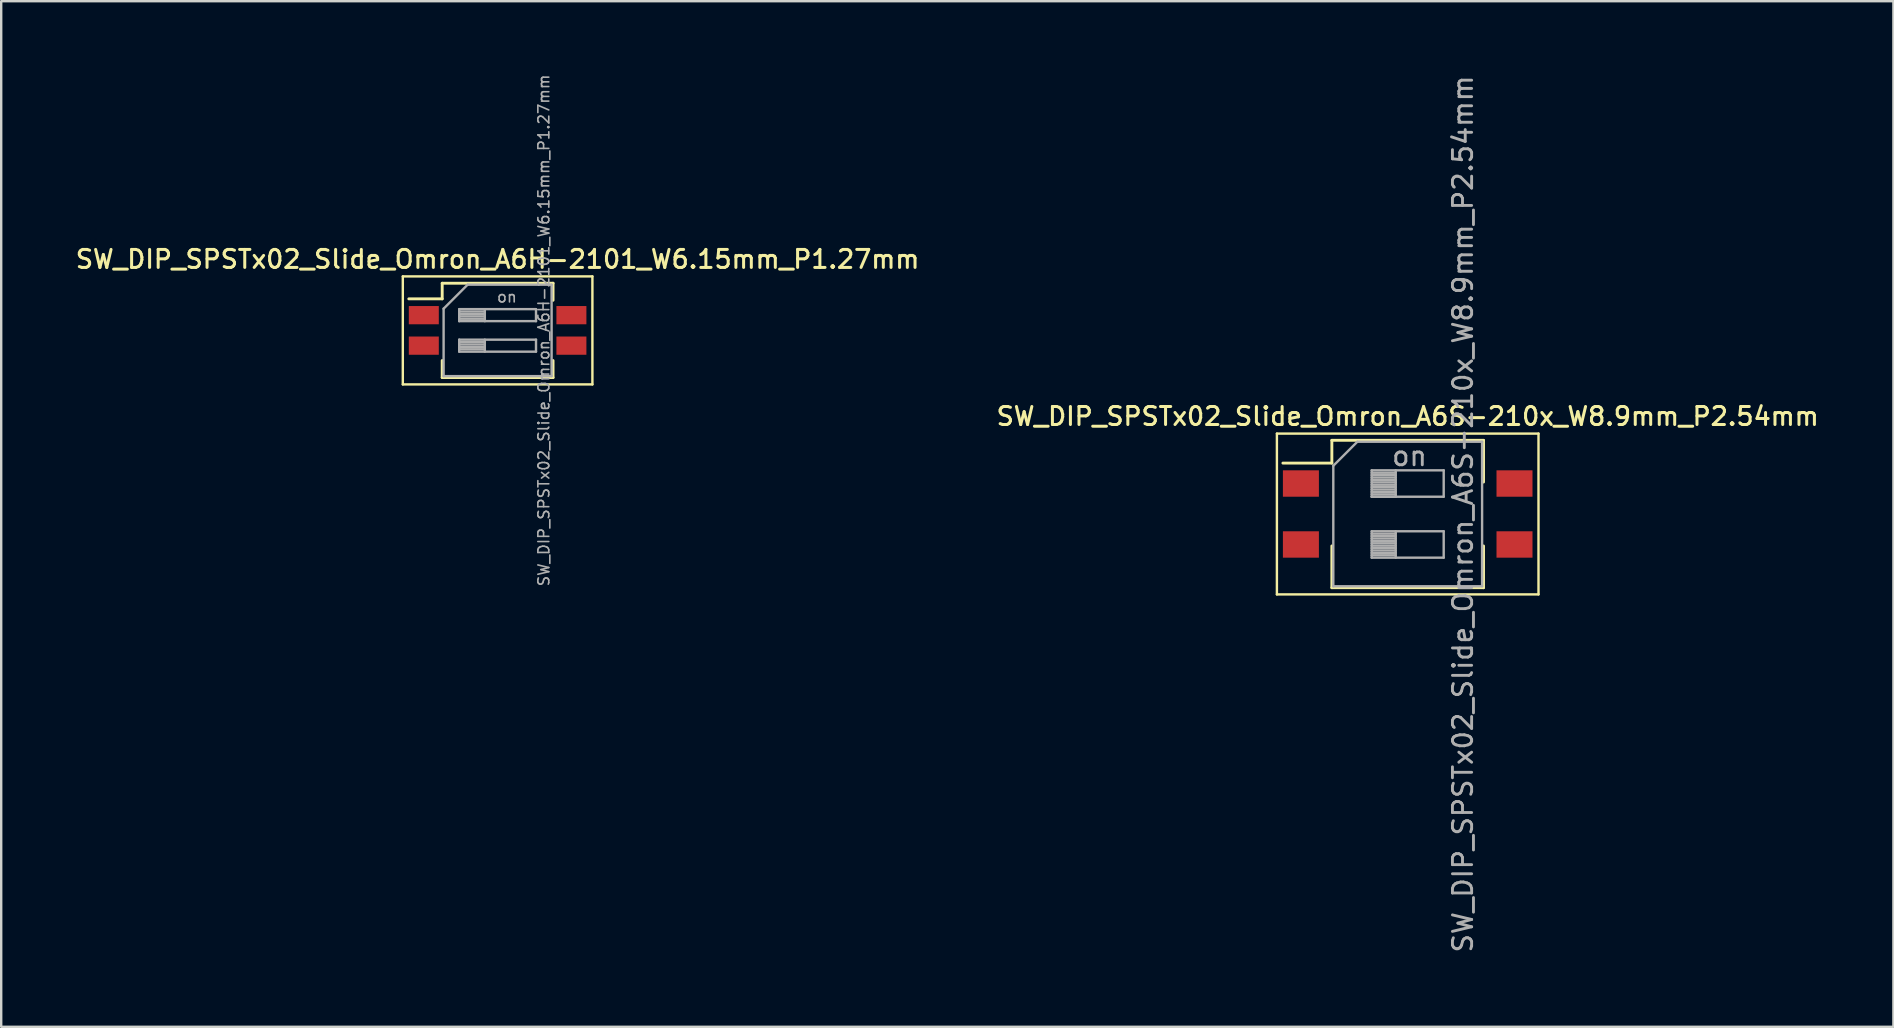
<source format=kicad_pcb>
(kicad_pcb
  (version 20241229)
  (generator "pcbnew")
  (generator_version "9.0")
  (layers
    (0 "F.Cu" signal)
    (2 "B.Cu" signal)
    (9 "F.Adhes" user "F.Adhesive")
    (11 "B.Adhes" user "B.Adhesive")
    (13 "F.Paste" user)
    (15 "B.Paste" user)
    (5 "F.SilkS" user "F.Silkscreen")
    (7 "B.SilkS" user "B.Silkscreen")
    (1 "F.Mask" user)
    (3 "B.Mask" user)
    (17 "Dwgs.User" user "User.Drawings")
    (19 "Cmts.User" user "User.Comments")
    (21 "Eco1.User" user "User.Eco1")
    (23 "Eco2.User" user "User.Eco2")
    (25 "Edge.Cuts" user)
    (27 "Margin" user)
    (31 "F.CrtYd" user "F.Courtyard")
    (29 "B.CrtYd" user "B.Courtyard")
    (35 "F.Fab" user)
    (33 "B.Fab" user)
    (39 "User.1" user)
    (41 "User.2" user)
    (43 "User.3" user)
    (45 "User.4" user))
  (footprint "SW_DIP_SPSTx02_Slide_Omron_A6S-210x_W8.9mm_P2.54mm"
    (layer "F.Cu")
    (at 55.605 18.367)
    (property "Reference" "SW_DIP_SPSTx02_Slide_Omron_A6S-210x_W8.9mm_P2.54mm" (at 0 -4.07 0) (layer "F.SilkS") (effects (font (size 0.75 0.75) (thickness 0.125))))
    (attr smd)
    (fp_line (start -5.45 -3.35) (end -5.45 3.35) (stroke (width 0.1) (type solid)) (layer "F.SilkS"))
    (fp_line (start -5.45 3.35) (end 5.45 3.35) (stroke (width 0.1) (type solid)) (layer "F.SilkS"))
    (fp_line (start -5.2 -2.121) (end -3.16 -2.121) (stroke (width 0.12) (type solid)) (layer "F.SilkS"))
    (fp_line (start -3.16 -3.07) (end -3.16 -2.121) (stroke (width 0.12) (type solid)) (layer "F.SilkS"))
    (fp_line (start -3.16 -3.07) (end 3.16 -3.07) (stroke (width 0.12) (type solid)) (layer "F.SilkS"))
    (fp_line (start -3.16 1.331) (end -3.16 3.071) (stroke (width 0.12) (type solid)) (layer "F.SilkS"))
    (fp_line (start -3.16 3.071) (end 3.16 3.071) (stroke (width 0.12) (type solid)) (layer "F.SilkS"))
    (fp_line (start 3.16 -3.07) (end 3.16 -1.331) (stroke (width 0.12) (type solid)) (layer "F.SilkS"))
    (fp_line (start 3.16 1.331) (end 3.16 3.071) (stroke (width 0.12) (type solid)) (layer "F.SilkS"))
    (fp_line (start 5.45 -3.35) (end -5.45 -3.35) (stroke (width 0.1) (type solid)) (layer "F.SilkS"))
    (fp_line (start 5.45 3.35) (end 5.45 -3.35) (stroke (width 0.1) (type solid)) (layer "F.SilkS"))
    (fp_line (start -3.1 -2.01) (end -2.1 -3.01) (stroke (width 0.1) (type solid)) (layer "F.Fab"))
    (fp_line (start -3.1 3.01) (end -3.1 -2.01) (stroke (width 0.1) (type solid)) (layer "F.Fab"))
    (fp_line (start -2.1 -3.01) (end 3.1 -3.01) (stroke (width 0.1) (type solid)) (layer "F.Fab"))
    (fp_line (start -1.5 -1.82) (end -1.5 -0.72) (stroke (width 0.1) (type solid)) (layer "F.Fab"))
    (fp_line (start -1.5 -1.72) (end -0.5 -1.72) (stroke (width 0.1) (type solid)) (layer "F.Fab"))
    (fp_line (start -1.5 -1.62) (end -0.5 -1.62) (stroke (width 0.1) (type solid)) (layer "F.Fab"))
    (fp_line (start -1.5 -1.52) (end -0.5 -1.52) (stroke (width 0.1) (type solid)) (layer "F.Fab"))
    (fp_line (start -1.5 -1.42) (end -0.5 -1.42) (stroke (width 0.1) (type solid)) (layer "F.Fab"))
    (fp_line (start -1.5 -1.32) (end -0.5 -1.32) (stroke (width 0.1) (type solid)) (layer "F.Fab"))
    (fp_line (start -1.5 -1.22) (end -0.5 -1.22) (stroke (width 0.1) (type solid)) (layer "F.Fab"))
    (fp_line (start -1.5 -1.12) (end -0.5 -1.12) (stroke (width 0.1) (type solid)) (layer "F.Fab"))
    (fp_line (start -1.5 -1.02) (end -0.5 -1.02) (stroke (width 0.1) (type solid)) (layer "F.Fab"))
    (fp_line (start -1.5 -0.92) (end -0.5 -0.92) (stroke (width 0.1) (type solid)) (layer "F.Fab"))
    (fp_line (start -1.5 -0.82) (end -0.5 -0.82) (stroke (width 0.1) (type solid)) (layer "F.Fab"))
    (fp_line (start -1.5 -0.72) (end -0.5 -0.72) (stroke (width 0.1) (type solid)) (layer "F.Fab"))
    (fp_line (start -1.5 -0.72) (end 1.5 -0.72) (stroke (width 0.1) (type solid)) (layer "F.Fab"))
    (fp_line (start -1.5 0.72) (end -1.5 1.82) (stroke (width 0.1) (type solid)) (layer "F.Fab"))
    (fp_line (start -1.5 0.82) (end -0.5 0.82) (stroke (width 0.1) (type solid)) (layer "F.Fab"))
    (fp_line (start -1.5 0.92) (end -0.5 0.92) (stroke (width 0.1) (type solid)) (layer "F.Fab"))
    (fp_line (start -1.5 1.02) (end -0.5 1.02) (stroke (width 0.1) (type solid)) (layer "F.Fab"))
    (fp_line (start -1.5 1.12) (end -0.5 1.12) (stroke (width 0.1) (type solid)) (layer "F.Fab"))
    (fp_line (start -1.5 1.22) (end -0.5 1.22) (stroke (width 0.1) (type solid)) (layer "F.Fab"))
    (fp_line (start -1.5 1.32) (end -0.5 1.32) (stroke (width 0.1) (type solid)) (layer "F.Fab"))
    (fp_line (start -1.5 1.42) (end -0.5 1.42) (stroke (width 0.1) (type solid)) (layer "F.Fab"))
    (fp_line (start -1.5 1.52) (end -0.5 1.52) (stroke (width 0.1) (type solid)) (layer "F.Fab"))
    (fp_line (start -1.5 1.62) (end -0.5 1.62) (stroke (width 0.1) (type solid)) (layer "F.Fab"))
    (fp_line (start -1.5 1.72) (end -0.5 1.72) (stroke (width 0.1) (type solid)) (layer "F.Fab"))
    (fp_line (start -1.5 1.82) (end 1.5 1.82) (stroke (width 0.1) (type solid)) (layer "F.Fab"))
    (fp_line (start -0.5 -1.82) (end -0.5 -0.72) (stroke (width 0.1) (type solid)) (layer "F.Fab"))
    (fp_line (start -0.5 0.72) (end -0.5 1.82) (stroke (width 0.1) (type solid)) (layer "F.Fab"))
    (fp_line (start 1.5 -1.82) (end -1.5 -1.82) (stroke (width 0.1) (type solid)) (layer "F.Fab"))
    (fp_line (start 1.5 -0.72) (end 1.5 -1.82) (stroke (width 0.1) (type solid)) (layer "F.Fab"))
    (fp_line (start 1.5 0.72) (end -1.5 0.72) (stroke (width 0.1) (type solid)) (layer "F.Fab"))
    (fp_line (start 1.5 1.82) (end 1.5 0.72) (stroke (width 0.1) (type solid)) (layer "F.Fab"))
    (fp_line (start 3.1 -3.01) (end 3.1 3.01) (stroke (width 0.1) (type solid)) (layer "F.Fab"))
    (fp_line (start 3.1 3.01) (end -3.1 3.01) (stroke (width 0.1) (type solid)) (layer "F.Fab"))
    (fp_text user "on" (at 0.075 -2.415 0) (layer "F.Fab") (effects (font (size 0.8 0.8) (thickness 0.12))))
    (fp_text user "${REFERENCE}" (at 2.3 0 90) (layer "F.Fab") (effects (font (size 0.8 0.8) (thickness 0.12))))
    (pad "1" smd rect (at -4.45 -1.27) (size 1.5 1.1) (layers "F.Cu" "F.Mask" "F.Paste"))
    (pad "2" smd rect (at -4.45 1.27) (size 1.5 1.1) (layers "F.Cu" "F.Mask" "F.Paste"))
    (pad "3" smd rect (at 4.45 1.27) (size 1.5 1.1) (layers "F.Cu" "F.Mask" "F.Paste"))
    (pad "4" smd rect (at 4.45 -1.27) (size 1.5 1.1) (layers "F.Cu" "F.Mask" "F.Paste")))
  (footprint "SW_DIP_SPSTx02_Slide_Omron_A6H-2101_W6.15mm_P1.27mm"
    (layer "F.Cu")
    (at 17.684 10.717)
    (property "Reference" "SW_DIP_SPSTx02_Slide_Omron_A6H-2101_W6.15mm_P1.27mm" (at 0 -2.965 0) (layer "F.SilkS") (effects (font (size 0.75 0.75) (thickness 0.125))))
    (attr smd)
    (fp_line (start -3.95 -2.25) (end -3.95 2.25) (stroke (width 0.1) (type solid)) (layer "F.SilkS"))
    (fp_line (start -3.95 2.25) (end 3.95 2.25) (stroke (width 0.1) (type solid)) (layer "F.SilkS"))
    (fp_line (start -3.7 -1.315) (end -2.309 -1.315) (stroke (width 0.12) (type solid)) (layer "F.SilkS"))
    (fp_line (start -2.309 -1.965) (end -2.309 -1.315) (stroke (width 0.12) (type solid)) (layer "F.SilkS"))
    (fp_line (start -2.309 -1.965) (end 2.31 -1.965) (stroke (width 0.12) (type solid)) (layer "F.SilkS"))
    (fp_line (start -2.309 1.255) (end -2.309 1.965) (stroke (width 0.12) (type solid)) (layer "F.SilkS"))
    (fp_line (start -2.309 1.965) (end 2.31 1.965) (stroke (width 0.12) (type solid)) (layer "F.SilkS"))
    (fp_line (start 2.31 -1.965) (end 2.31 -1.255) (stroke (width 0.12) (type solid)) (layer "F.SilkS"))
    (fp_line (start 2.31 1.255) (end 2.31 1.965) (stroke (width 0.12) (type solid)) (layer "F.SilkS"))
    (fp_line (start 3.95 -2.25) (end -3.95 -2.25) (stroke (width 0.1) (type solid)) (layer "F.SilkS"))
    (fp_line (start 3.95 2.25) (end 3.95 -2.25) (stroke (width 0.1) (type solid)) (layer "F.SilkS"))
    (fp_line (start -2.25 -0.905) (end -1.25 -1.905) (stroke (width 0.1) (type solid)) (layer "F.Fab"))
    (fp_line (start -2.25 1.905) (end -2.25 -0.905) (stroke (width 0.1) (type solid)) (layer "F.Fab"))
    (fp_line (start -1.6 -0.885) (end -1.6 -0.385) (stroke (width 0.1) (type solid)) (layer "F.Fab"))
    (fp_line (start -1.6 -0.785) (end -0.533 -0.785) (stroke (width 0.1) (type solid)) (layer "F.Fab"))
    (fp_line (start -1.6 -0.685) (end -0.533 -0.685) (stroke (width 0.1) (type solid)) (layer "F.Fab"))
    (fp_line (start -1.6 -0.585) (end -0.533 -0.585) (stroke (width 0.1) (type solid)) (layer "F.Fab"))
    (fp_line (start -1.6 -0.485) (end -0.533 -0.485) (stroke (width 0.1) (type solid)) (layer "F.Fab"))
    (fp_line (start -1.6 -0.385) (end 1.6 -0.385) (stroke (width 0.1) (type solid)) (layer "F.Fab"))
    (fp_line (start -1.6 0.385) (end -1.6 0.885) (stroke (width 0.1) (type solid)) (layer "F.Fab"))
    (fp_line (start -1.6 0.485) (end -0.533 0.485) (stroke (width 0.1) (type solid)) (layer "F.Fab"))
    (fp_line (start -1.6 0.585) (end -0.533 0.585) (stroke (width 0.1) (type solid)) (layer "F.Fab"))
    (fp_line (start -1.6 0.685) (end -0.533 0.685) (stroke (width 0.1) (type solid)) (layer "F.Fab"))
    (fp_line (start -1.6 0.785) (end -0.533 0.785) (stroke (width 0.1) (type solid)) (layer "F.Fab"))
    (fp_line (start -1.6 0.885) (end 1.6 0.885) (stroke (width 0.1) (type solid)) (layer "F.Fab"))
    (fp_line (start -1.25 -1.905) (end 2.25 -1.905) (stroke (width 0.1) (type solid)) (layer "F.Fab"))
    (fp_line (start -0.533 -0.885) (end -0.533 -0.385) (stroke (width 0.1) (type solid)) (layer "F.Fab"))
    (fp_line (start -0.533 0.385) (end -0.533 0.885) (stroke (width 0.1) (type solid)) (layer "F.Fab"))
    (fp_line (start 1.6 -0.885) (end -1.6 -0.885) (stroke (width 0.1) (type solid)) (layer "F.Fab"))
    (fp_line (start 1.6 -0.385) (end 1.6 -0.885) (stroke (width 0.1) (type solid)) (layer "F.Fab"))
    (fp_line (start 1.6 0.385) (end -1.6 0.385) (stroke (width 0.1) (type solid)) (layer "F.Fab"))
    (fp_line (start 1.6 0.885) (end 1.6 0.385) (stroke (width 0.1) (type solid)) (layer "F.Fab"))
    (fp_line (start 2.25 -1.905) (end 2.25 1.905) (stroke (width 0.1) (type solid)) (layer "F.Fab"))
    (fp_line (start 2.25 1.905) (end -2.25 1.905) (stroke (width 0.1) (type solid)) (layer "F.Fab"))
    (fp_text user "on" (at 0.388 -1.395 0) (layer "F.Fab") (effects (font (size 0.455 0.455) (thickness 0.068))))
    (fp_text user "${REFERENCE}" (at 1.925 0 90) (layer "F.Fab") (effects (font (size 0.455 0.455) (thickness 0.068))))
    (pad "1" smd rect (at -3.075 -0.635) (size 1.25 0.76) (layers "F.Cu" "F.Mask" "F.Paste"))
    (pad "2" smd rect (at -3.075 0.635) (size 1.25 0.76) (layers "F.Cu" "F.Mask" "F.Paste"))
    (pad "3" smd rect (at 3.075 0.635) (size 1.25 0.76) (layers "F.Cu" "F.Mask" "F.Paste"))
    (pad "4" smd rect (at 3.075 -0.635) (size 1.25 0.76) (layers "F.Cu" "F.Mask" "F.Paste")))
  (gr_rect
    (start -3 -3)
    (end 75.843 39.733)
    (stroke (width 0.1) (type default))
    (fill no)
    (layer "Edge.Cuts")))
</source>
